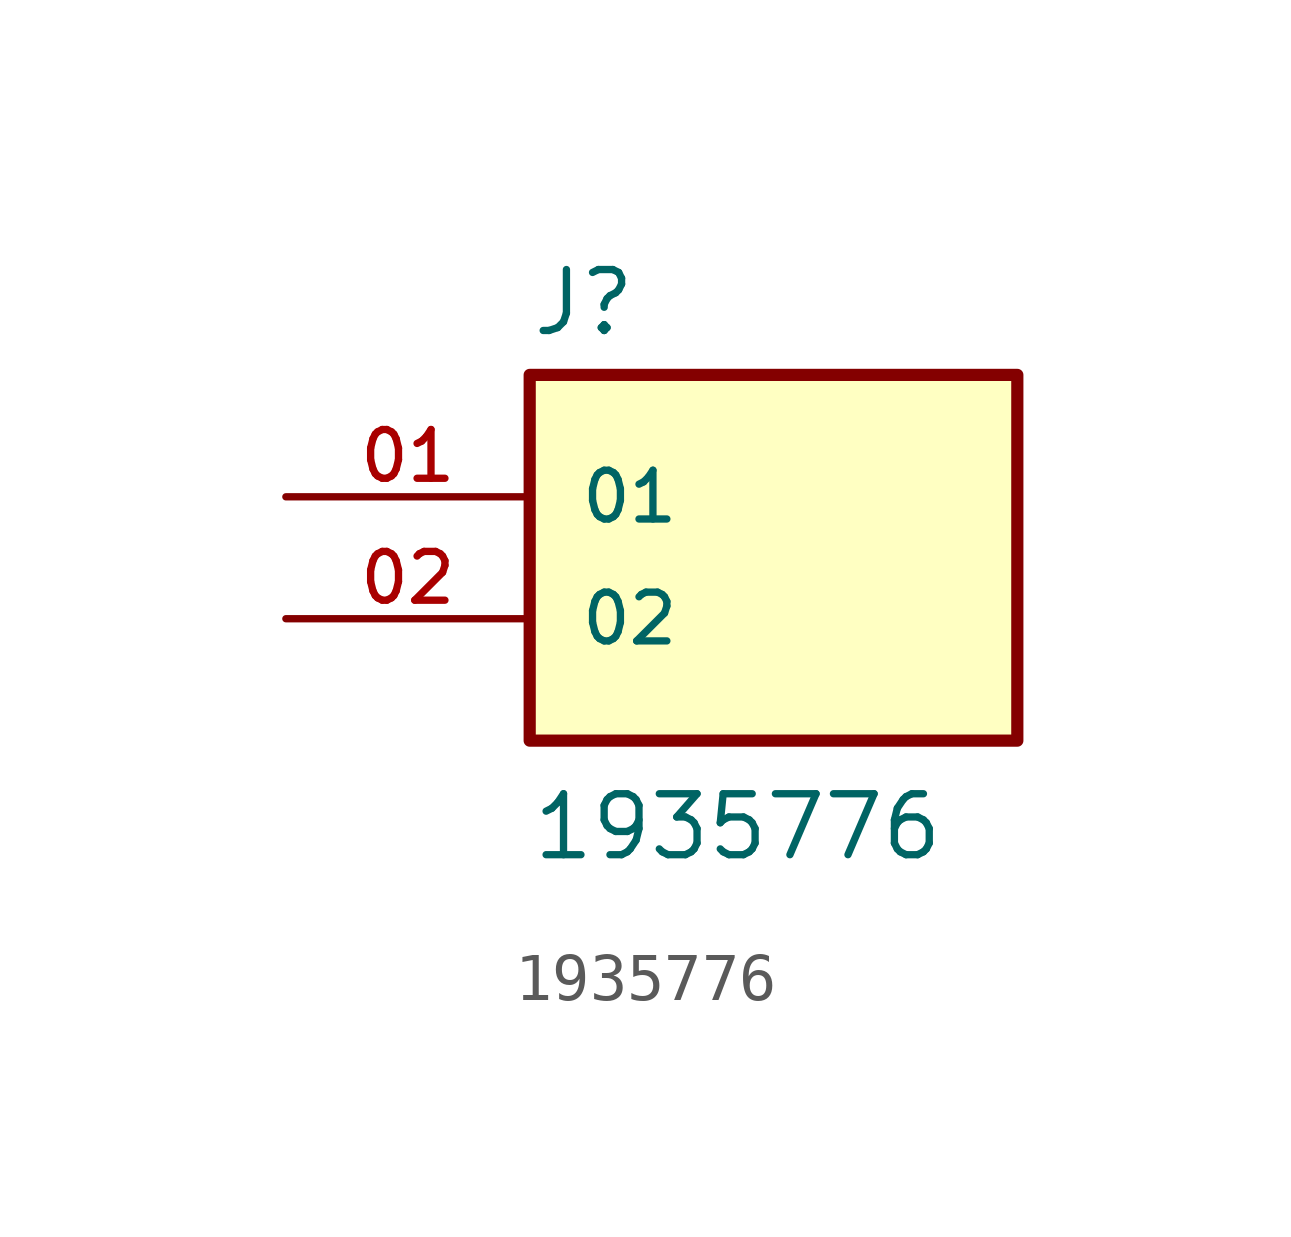
<source format=kicad_sym>
(kicad_symbol_lib
  (version 20211014)
  (generator kicad_symbol_editor)
  (symbol "1935776"
    (pin_names
      (offset 1.016))
    (property "Reference" "J"
      (at -5.08 5.842 0)
      (effects (font (size 1.27 1.27)) (justify bottom left)))
    (property "Value" "1935776"
      (at -5.08 -5.08 0)
      (effects (font (size 1.27 1.27)) (justify bottom left)))
    (symbol "1935776_0_0"
      (rectangle (start -5.08 -2.54) (end 5.08 5.08) (stroke (width 0.254)) (fill (type background)))
      (pin passive line (at -10.16 2.54 0) (length 5.08) (name "01" (effects (font (size 1.016 1.016)))) (number "01" (effects (font (size 1.016 1.016)))))
      (pin passive line (at -10.16 0.0 0) (length 5.08) (name "02" (effects (font (size 1.016 1.016)))) (number "02" (effects (font (size 1.016 1.016))))))))
</source>
